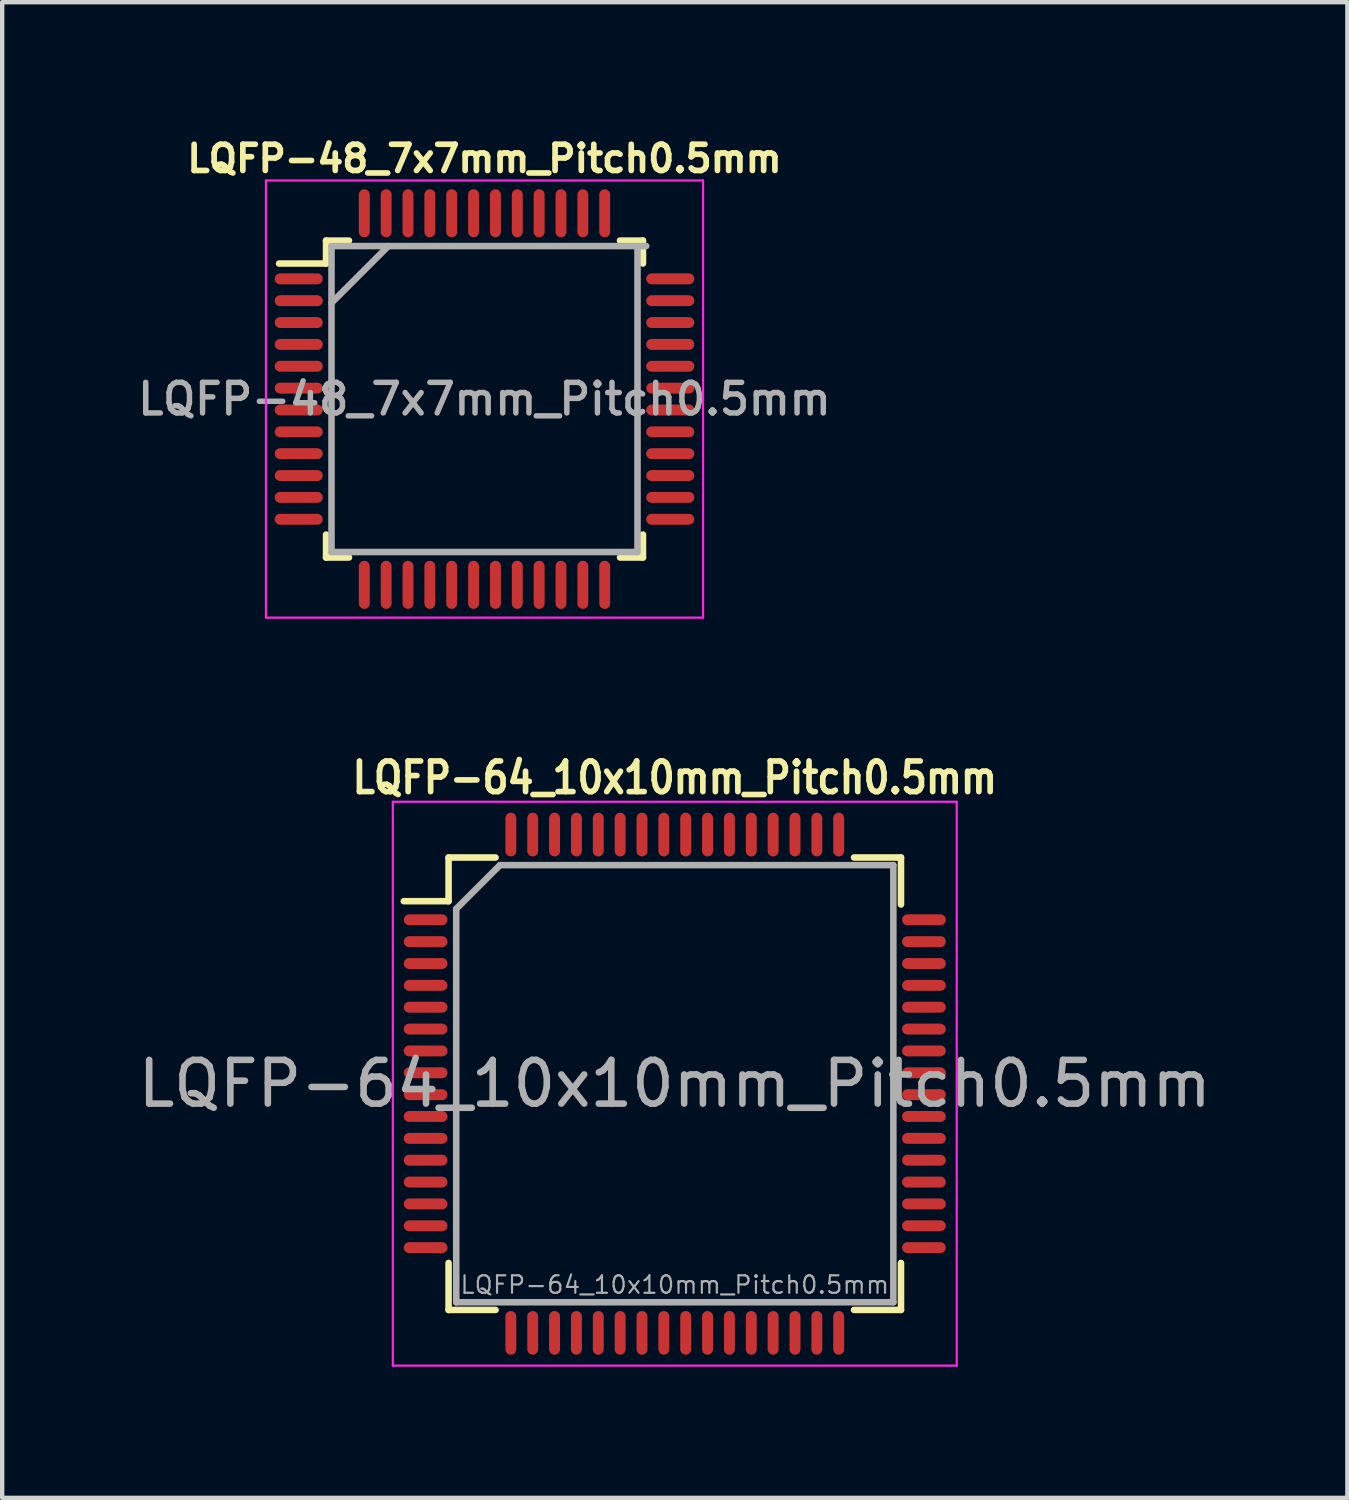
<source format=kicad_pcb>
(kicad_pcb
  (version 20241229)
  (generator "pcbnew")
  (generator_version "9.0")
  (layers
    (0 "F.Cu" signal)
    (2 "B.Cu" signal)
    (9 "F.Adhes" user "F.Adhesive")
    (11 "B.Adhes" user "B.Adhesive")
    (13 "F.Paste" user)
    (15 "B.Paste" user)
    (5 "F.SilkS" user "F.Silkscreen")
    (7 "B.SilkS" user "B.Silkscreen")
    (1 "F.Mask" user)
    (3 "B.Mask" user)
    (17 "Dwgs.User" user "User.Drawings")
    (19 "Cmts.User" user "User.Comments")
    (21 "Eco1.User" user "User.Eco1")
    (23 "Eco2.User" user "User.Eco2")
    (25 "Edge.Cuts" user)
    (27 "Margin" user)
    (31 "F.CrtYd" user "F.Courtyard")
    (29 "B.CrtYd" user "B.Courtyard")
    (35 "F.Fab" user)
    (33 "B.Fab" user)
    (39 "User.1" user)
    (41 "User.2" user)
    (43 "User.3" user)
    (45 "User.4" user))
  (footprint "LQFP-48_7x7mm_Pitch0.5mm"
    (layer "F.Cu")
    (at 8.034 6.079)
    (property "Reference" "LQFP-48_7x7mm_Pitch0.5mm" (at 0 -5.5 180) (layer "F.SilkS") (effects (font (size 0.6 0.6) (thickness 0.13))))
    (property "Value" "${VALUE}" (at 0 3.1 0) (layer "F.Fab") (hide yes) (effects (font (size 0.4 0.4) (thickness 0.05))))
    (attr smd)
    (fp_line (start -3.625 -3.625) (end -3.625 -3.1) (stroke (width 0.15) (type solid)) (layer "F.SilkS"))
    (fp_line (start -3.625 -3.625) (end -3.1 -3.625) (stroke (width 0.15) (type solid)) (layer "F.SilkS"))
    (fp_line (start -3.625 -3.1) (end -4.7 -3.1) (stroke (width 0.15) (type solid)) (layer "F.SilkS"))
    (fp_line (start -3.625 3.625) (end -3.625 3.1) (stroke (width 0.15) (type solid)) (layer "F.SilkS"))
    (fp_line (start -3.625 3.625) (end -3.1 3.625) (stroke (width 0.15) (type solid)) (layer "F.SilkS"))
    (fp_line (start 3.625 -3.625) (end 3.1 -3.625) (stroke (width 0.15) (type solid)) (layer "F.SilkS"))
    (fp_line (start 3.625 -3.625) (end 3.625 -3.1) (stroke (width 0.15) (type solid)) (layer "F.SilkS"))
    (fp_line (start 3.625 3.625) (end 3.1 3.625) (stroke (width 0.15) (type solid)) (layer "F.SilkS"))
    (fp_line (start 3.625 3.625) (end 3.625 3.1) (stroke (width 0.15) (type solid)) (layer "F.SilkS"))
    (fp_line (start -5 -5) (end -5 5) (stroke (width 0.05) (type solid)) (layer "F.CrtYd"))
    (fp_line (start -5 -5) (end 5 -5) (stroke (width 0.05) (type solid)) (layer "F.CrtYd"))
    (fp_line (start -5 5) (end 5 5) (stroke (width 0.05) (type solid)) (layer "F.CrtYd"))
    (fp_line (start 5 -5) (end 5 5) (stroke (width 0.05) (type solid)) (layer "F.CrtYd"))
    (fp_line (start -3.5 -3.5) (end -3.5 3.5) (stroke (width 0.15) (type solid)) (layer "F.Fab"))
    (fp_line (start -3.5 -3.5) (end 3.7 -3.5) (stroke (width 0.15) (type solid)) (layer "F.Fab"))
    (fp_line (start -3.5 -2.2) (end -2.2 -3.5) (stroke (width 0.15) (type solid)) (layer "F.Fab"))
    (fp_line (start -3.5 3.5) (end 3.5 3.5) (stroke (width 0.15) (type solid)) (layer "F.Fab"))
    (fp_line (start 3.5 -3.5) (end 3.5 3.5) (stroke (width 0.15) (type solid)) (layer "F.Fab"))
    (fp_text user "${REFERENCE}" (at 0 0 0) (layer "F.Fab") (effects (font (size 0.7 0.7) (thickness 0.125))))
    (pad "1" smd oval (at -4.25 -2.75) (size 1.1 0.25) (layers "F.Cu" "F.Mask" "F.Paste"))
    (pad "2" smd oval (at -4.25 -2.25) (size 1.1 0.25) (layers "F.Cu" "F.Mask" "F.Paste"))
    (pad "3" smd oval (at -4.25 -1.75) (size 1.1 0.25) (layers "F.Cu" "F.Mask" "F.Paste"))
    (pad "4" smd oval (at -4.25 -1.25) (size 1.1 0.25) (layers "F.Cu" "F.Mask" "F.Paste"))
    (pad "5" smd oval (at -4.25 -0.75) (size 1.1 0.25) (layers "F.Cu" "F.Mask" "F.Paste"))
    (pad "6" smd oval (at -4.25 -0.25) (size 1.1 0.25) (layers "F.Cu" "F.Mask" "F.Paste"))
    (pad "7" smd oval (at -4.25 0.25) (size 1.1 0.25) (layers "F.Cu" "F.Mask" "F.Paste"))
    (pad "8" smd oval (at -4.25 0.75) (size 1.1 0.25) (layers "F.Cu" "F.Mask" "F.Paste"))
    (pad "9" smd oval (at -4.25 1.25) (size 1.1 0.25) (layers "F.Cu" "F.Mask" "F.Paste"))
    (pad "10" smd oval (at -4.25 1.75) (size 1.1 0.25) (layers "F.Cu" "F.Mask" "F.Paste"))
    (pad "11" smd oval (at -4.25 2.25) (size 1.1 0.25) (layers "F.Cu" "F.Mask" "F.Paste"))
    (pad "12" smd oval (at -4.25 2.75) (size 1.1 0.25) (layers "F.Cu" "F.Mask" "F.Paste"))
    (pad "13" smd oval (at -2.75 4.25 90) (size 1.1 0.25) (layers "F.Cu" "F.Mask" "F.Paste"))
    (pad "14" smd oval (at -2.25 4.25 90) (size 1.1 0.25) (layers "F.Cu" "F.Mask" "F.Paste"))
    (pad "15" smd oval (at -1.75 4.25 90) (size 1.1 0.25) (layers "F.Cu" "F.Mask" "F.Paste"))
    (pad "16" smd oval (at -1.25 4.25 90) (size 1.1 0.25) (layers "F.Cu" "F.Mask" "F.Paste"))
    (pad "17" smd oval (at -0.75 4.25 90) (size 1.1 0.25) (layers "F.Cu" "F.Mask" "F.Paste"))
    (pad "18" smd oval (at -0.25 4.25 90) (size 1.1 0.25) (layers "F.Cu" "F.Mask" "F.Paste"))
    (pad "19" smd oval (at 0.25 4.25 90) (size 1.1 0.25) (layers "F.Cu" "F.Mask" "F.Paste"))
    (pad "20" smd oval (at 0.75 4.25 90) (size 1.1 0.25) (layers "F.Cu" "F.Mask" "F.Paste"))
    (pad "21" smd oval (at 1.25 4.25 90) (size 1.1 0.25) (layers "F.Cu" "F.Mask" "F.Paste"))
    (pad "22" smd oval (at 1.75 4.25 90) (size 1.1 0.25) (layers "F.Cu" "F.Mask" "F.Paste"))
    (pad "23" smd oval (at 2.25 4.25 90) (size 1.1 0.25) (layers "F.Cu" "F.Mask" "F.Paste"))
    (pad "24" smd oval (at 2.75 4.25 90) (size 1.1 0.25) (layers "F.Cu" "F.Mask" "F.Paste"))
    (pad "25" smd oval (at 4.25 2.75) (size 1.1 0.25) (layers "F.Cu" "F.Mask" "F.Paste"))
    (pad "26" smd oval (at 4.25 2.25) (size 1.1 0.25) (layers "F.Cu" "F.Mask" "F.Paste"))
    (pad "27" smd oval (at 4.25 1.75) (size 1.1 0.25) (layers "F.Cu" "F.Mask" "F.Paste"))
    (pad "28" smd oval (at 4.25 1.25) (size 1.1 0.25) (layers "F.Cu" "F.Mask" "F.Paste"))
    (pad "29" smd oval (at 4.25 0.75) (size 1.1 0.25) (layers "F.Cu" "F.Mask" "F.Paste"))
    (pad "30" smd oval (at 4.25 0.25) (size 1.1 0.25) (layers "F.Cu" "F.Mask" "F.Paste"))
    (pad "31" smd oval (at 4.25 -0.25) (size 1.1 0.25) (layers "F.Cu" "F.Mask" "F.Paste"))
    (pad "32" smd oval (at 4.25 -0.75) (size 1.1 0.25) (layers "F.Cu" "F.Mask" "F.Paste"))
    (pad "33" smd oval (at 4.25 -1.25) (size 1.1 0.25) (layers "F.Cu" "F.Mask" "F.Paste"))
    (pad "34" smd oval (at 4.25 -1.75) (size 1.1 0.25) (layers "F.Cu" "F.Mask" "F.Paste"))
    (pad "35" smd oval (at 4.25 -2.25) (size 1.1 0.25) (layers "F.Cu" "F.Mask" "F.Paste"))
    (pad "36" smd oval (at 4.25 -2.75) (size 1.1 0.25) (layers "F.Cu" "F.Mask" "F.Paste"))
    (pad "37" smd oval (at 2.75 -4.25 90) (size 1.1 0.25) (layers "F.Cu" "F.Mask" "F.Paste"))
    (pad "38" smd oval (at 2.25 -4.25 90) (size 1.1 0.25) (layers "F.Cu" "F.Mask" "F.Paste"))
    (pad "39" smd oval (at 1.75 -4.25 90) (size 1.1 0.25) (layers "F.Cu" "F.Mask" "F.Paste"))
    (pad "40" smd oval (at 1.25 -4.25 90) (size 1.1 0.25) (layers "F.Cu" "F.Mask" "F.Paste"))
    (pad "41" smd oval (at 0.75 -4.25 90) (size 1.1 0.25) (layers "F.Cu" "F.Mask" "F.Paste"))
    (pad "42" smd oval (at 0.25 -4.25 90) (size 1.1 0.25) (layers "F.Cu" "F.Mask" "F.Paste"))
    (pad "43" smd oval (at -0.25 -4.25 90) (size 1.1 0.25) (layers "F.Cu" "F.Mask" "F.Paste"))
    (pad "44" smd oval (at -0.75 -4.25 90) (size 1.1 0.25) (layers "F.Cu" "F.Mask" "F.Paste"))
    (pad "45" smd oval (at -1.25 -4.25 90) (size 1.1 0.25) (layers "F.Cu" "F.Mask" "F.Paste"))
    (pad "46" smd oval (at -1.75 -4.25 90) (size 1.1 0.25) (layers "F.Cu" "F.Mask" "F.Paste"))
    (pad "47" smd oval (at -2.25 -4.25 90) (size 1.1 0.25) (layers "F.Cu" "F.Mask" "F.Paste"))
    (pad "48" smd oval (at -2.75 -4.25 90) (size 1.1 0.25) (layers "F.Cu" "F.Mask" "F.Paste")))
  (footprint "LQFP-64_10x10mm_Pitch0.5mm"
    (layer "F.Cu")
    (at 12.387 21.742)
    (property "Reference" "LQFP-64_10x10mm_Pitch0.5mm" (at 0 -7 0) (layer "F.SilkS") (effects (font (size 0.7 0.6) (thickness 0.13))))
    (property "Value" "LQFP-64_10x10mm_Pitch0.5mm" (at 0 7.2 0) (layer "F.Fab") (hide yes) (effects (font (size 1 1) (thickness 0.15))))
    (attr smd)
    (fp_line (start -5.175 -5.175) (end -5.175 -4.175) (stroke (width 0.15) (type solid)) (layer "F.SilkS"))
    (fp_line (start -5.175 -5.175) (end -4.1 -5.175) (stroke (width 0.15) (type solid)) (layer "F.SilkS"))
    (fp_line (start -5.175 -4.175) (end -6.2 -4.175) (stroke (width 0.15) (type solid)) (layer "F.SilkS"))
    (fp_line (start -5.175 5.175) (end -5.175 4.1) (stroke (width 0.15) (type solid)) (layer "F.SilkS"))
    (fp_line (start -5.175 5.175) (end -4.1 5.175) (stroke (width 0.15) (type solid)) (layer "F.SilkS"))
    (fp_line (start 5.175 -5.175) (end 4.1 -5.175) (stroke (width 0.15) (type solid)) (layer "F.SilkS"))
    (fp_line (start 5.175 -5.175) (end 5.175 -4.1) (stroke (width 0.15) (type solid)) (layer "F.SilkS"))
    (fp_line (start 5.175 5.175) (end 4.1 5.175) (stroke (width 0.15) (type solid)) (layer "F.SilkS"))
    (fp_line (start 5.175 5.175) (end 5.175 4.1) (stroke (width 0.15) (type solid)) (layer "F.SilkS"))
    (fp_line (start -6.45 -6.45) (end -6.45 6.45) (stroke (width 0.05) (type solid)) (layer "F.CrtYd"))
    (fp_line (start -6.45 -6.45) (end 6.45 -6.45) (stroke (width 0.05) (type solid)) (layer "F.CrtYd"))
    (fp_line (start -6.45 6.45) (end 6.45 6.45) (stroke (width 0.05) (type solid)) (layer "F.CrtYd"))
    (fp_line (start 6.45 -6.45) (end 6.45 6.45) (stroke (width 0.05) (type solid)) (layer "F.CrtYd"))
    (fp_line (start -5 -4) (end -4 -5) (stroke (width 0.15) (type solid)) (layer "F.Fab"))
    (fp_line (start -5 5) (end -5 -4) (stroke (width 0.15) (type solid)) (layer "F.Fab"))
    (fp_line (start -4 -5) (end 5 -5) (stroke (width 0.15) (type solid)) (layer "F.Fab"))
    (fp_line (start 5 -5) (end 5 5) (stroke (width 0.15) (type solid)) (layer "F.Fab"))
    (fp_line (start 5 5) (end -5 5) (stroke (width 0.15) (type solid)) (layer "F.Fab"))
    (fp_text user "${REFERENCE}" (at 0 0 0) (layer "F.Fab") (effects (font (size 1 1) (thickness 0.15))))
    (fp_text user "${VALUE}" (at 0 4.6 0) (layer "F.Fab") (effects (font (size 0.4 0.4) (thickness 0.05))))
    (pad "1" smd oval (at -5.7 -3.75) (size 1 0.25) (layers "F.Cu" "F.Mask" "F.Paste"))
    (pad "2" smd oval (at -5.7 -3.25) (size 1 0.25) (layers "F.Cu" "F.Mask" "F.Paste"))
    (pad "3" smd oval (at -5.7 -2.75) (size 1 0.25) (layers "F.Cu" "F.Mask" "F.Paste"))
    (pad "4" smd oval (at -5.7 -2.25) (size 1 0.25) (layers "F.Cu" "F.Mask" "F.Paste"))
    (pad "5" smd oval (at -5.7 -1.75) (size 1 0.25) (layers "F.Cu" "F.Mask" "F.Paste"))
    (pad "6" smd oval (at -5.7 -1.25) (size 1 0.25) (layers "F.Cu" "F.Mask" "F.Paste"))
    (pad "7" smd oval (at -5.7 -0.75) (size 1 0.25) (layers "F.Cu" "F.Mask" "F.Paste"))
    (pad "8" smd oval (at -5.7 -0.25) (size 1 0.25) (layers "F.Cu" "F.Mask" "F.Paste"))
    (pad "9" smd oval (at -5.7 0.25) (size 1 0.25) (layers "F.Cu" "F.Mask" "F.Paste"))
    (pad "10" smd oval (at -5.7 0.75) (size 1 0.25) (layers "F.Cu" "F.Mask" "F.Paste"))
    (pad "11" smd oval (at -5.7 1.25) (size 1 0.25) (layers "F.Cu" "F.Mask" "F.Paste"))
    (pad "12" smd oval (at -5.7 1.75) (size 1 0.25) (layers "F.Cu" "F.Mask" "F.Paste"))
    (pad "13" smd oval (at -5.7 2.25) (size 1 0.25) (layers "F.Cu" "F.Mask" "F.Paste"))
    (pad "14" smd oval (at -5.7 2.75) (size 1 0.25) (layers "F.Cu" "F.Mask" "F.Paste"))
    (pad "15" smd oval (at -5.7 3.25) (size 1 0.25) (layers "F.Cu" "F.Mask" "F.Paste"))
    (pad "16" smd oval (at -5.7 3.75) (size 1 0.25) (layers "F.Cu" "F.Mask" "F.Paste"))
    (pad "17" smd oval (at -3.75 5.7 90) (size 1 0.25) (layers "F.Cu" "F.Mask" "F.Paste"))
    (pad "18" smd oval (at -3.25 5.7 90) (size 1 0.25) (layers "F.Cu" "F.Mask" "F.Paste"))
    (pad "19" smd oval (at -2.75 5.7 90) (size 1 0.25) (layers "F.Cu" "F.Mask" "F.Paste"))
    (pad "20" smd oval (at -2.25 5.7 90) (size 1 0.25) (layers "F.Cu" "F.Mask" "F.Paste"))
    (pad "21" smd oval (at -1.75 5.7 90) (size 1 0.25) (layers "F.Cu" "F.Mask" "F.Paste"))
    (pad "22" smd oval (at -1.25 5.7 90) (size 1 0.25) (layers "F.Cu" "F.Mask" "F.Paste"))
    (pad "23" smd oval (at -0.75 5.7 90) (size 1 0.25) (layers "F.Cu" "F.Mask" "F.Paste"))
    (pad "24" smd oval (at -0.25 5.7 90) (size 1 0.25) (layers "F.Cu" "F.Mask" "F.Paste"))
    (pad "25" smd oval (at 0.25 5.7 90) (size 1 0.25) (layers "F.Cu" "F.Mask" "F.Paste"))
    (pad "26" smd oval (at 0.75 5.7 90) (size 1 0.25) (layers "F.Cu" "F.Mask" "F.Paste"))
    (pad "27" smd oval (at 1.25 5.7 90) (size 1 0.25) (layers "F.Cu" "F.Mask" "F.Paste"))
    (pad "28" smd oval (at 1.75 5.7 90) (size 1 0.25) (layers "F.Cu" "F.Mask" "F.Paste"))
    (pad "29" smd oval (at 2.25 5.7 90) (size 1 0.25) (layers "F.Cu" "F.Mask" "F.Paste"))
    (pad "30" smd oval (at 2.75 5.7 90) (size 1 0.25) (layers "F.Cu" "F.Mask" "F.Paste"))
    (pad "31" smd oval (at 3.25 5.7 90) (size 1 0.25) (layers "F.Cu" "F.Mask" "F.Paste"))
    (pad "32" smd oval (at 3.75 5.7 90) (size 1 0.25) (layers "F.Cu" "F.Mask" "F.Paste"))
    (pad "33" smd oval (at 5.7 3.75) (size 1 0.25) (layers "F.Cu" "F.Mask" "F.Paste"))
    (pad "34" smd oval (at 5.7 3.25) (size 1 0.25) (layers "F.Cu" "F.Mask" "F.Paste"))
    (pad "35" smd oval (at 5.7 2.75) (size 1 0.25) (layers "F.Cu" "F.Mask" "F.Paste"))
    (pad "36" smd oval (at 5.7 2.25) (size 1 0.25) (layers "F.Cu" "F.Mask" "F.Paste"))
    (pad "37" smd oval (at 5.7 1.75) (size 1 0.25) (layers "F.Cu" "F.Mask" "F.Paste"))
    (pad "38" smd oval (at 5.7 1.25) (size 1 0.25) (layers "F.Cu" "F.Mask" "F.Paste"))
    (pad "39" smd oval (at 5.7 0.75) (size 1 0.25) (layers "F.Cu" "F.Mask" "F.Paste"))
    (pad "40" smd oval (at 5.7 0.25) (size 1 0.25) (layers "F.Cu" "F.Mask" "F.Paste"))
    (pad "41" smd oval (at 5.7 -0.25) (size 1 0.25) (layers "F.Cu" "F.Mask" "F.Paste"))
    (pad "42" smd oval (at 5.7 -0.75) (size 1 0.25) (layers "F.Cu" "F.Mask" "F.Paste"))
    (pad "43" smd oval (at 5.7 -1.25) (size 1 0.25) (layers "F.Cu" "F.Mask" "F.Paste"))
    (pad "44" smd oval (at 5.7 -1.75) (size 1 0.25) (layers "F.Cu" "F.Mask" "F.Paste"))
    (pad "45" smd oval (at 5.7 -2.25) (size 1 0.25) (layers "F.Cu" "F.Mask" "F.Paste"))
    (pad "46" smd oval (at 5.7 -2.75) (size 1 0.25) (layers "F.Cu" "F.Mask" "F.Paste"))
    (pad "47" smd oval (at 5.7 -3.25) (size 1 0.25) (layers "F.Cu" "F.Mask" "F.Paste"))
    (pad "48" smd oval (at 5.7 -3.75) (size 1 0.25) (layers "F.Cu" "F.Mask" "F.Paste"))
    (pad "49" smd oval (at 3.75 -5.7 90) (size 1 0.25) (layers "F.Cu" "F.Mask" "F.Paste"))
    (pad "50" smd oval (at 3.25 -5.7 90) (size 1 0.25) (layers "F.Cu" "F.Mask" "F.Paste"))
    (pad "51" smd oval (at 2.75 -5.7 90) (size 1 0.25) (layers "F.Cu" "F.Mask" "F.Paste"))
    (pad "52" smd oval (at 2.25 -5.7 90) (size 1 0.25) (layers "F.Cu" "F.Mask" "F.Paste"))
    (pad "53" smd oval (at 1.75 -5.7 90) (size 1 0.25) (layers "F.Cu" "F.Mask" "F.Paste"))
    (pad "54" smd oval (at 1.25 -5.7 90) (size 1 0.25) (layers "F.Cu" "F.Mask" "F.Paste"))
    (pad "55" smd oval (at 0.75 -5.7 90) (size 1 0.25) (layers "F.Cu" "F.Mask" "F.Paste"))
    (pad "56" smd oval (at 0.25 -5.7 90) (size 1 0.25) (layers "F.Cu" "F.Mask" "F.Paste"))
    (pad "57" smd oval (at -0.25 -5.7 90) (size 1 0.25) (layers "F.Cu" "F.Mask" "F.Paste"))
    (pad "58" smd oval (at -0.75 -5.7 90) (size 1 0.25) (layers "F.Cu" "F.Mask" "F.Paste"))
    (pad "59" smd oval (at -1.25 -5.7 90) (size 1 0.25) (layers "F.Cu" "F.Mask" "F.Paste"))
    (pad "60" smd oval (at -1.75 -5.7 90) (size 1 0.25) (layers "F.Cu" "F.Mask" "F.Paste"))
    (pad "61" smd oval (at -2.25 -5.7 90) (size 1 0.25) (layers "F.Cu" "F.Mask" "F.Paste"))
    (pad "62" smd oval (at -2.75 -5.7 90) (size 1 0.25) (layers "F.Cu" "F.Mask" "F.Paste"))
    (pad "63" smd oval (at -3.25 -5.7 90) (size 1 0.25) (layers "F.Cu" "F.Mask" "F.Paste"))
    (pad "64" smd oval (at -3.75 -5.7 90) (size 1 0.25) (layers "F.Cu" "F.Mask" "F.Paste")))
  (gr_rect
    (start -3 -3)
    (end 27.774 31.217)
    (stroke (width 0.1) (type default))
    (fill no)
    (layer "Edge.Cuts")))
</source>
